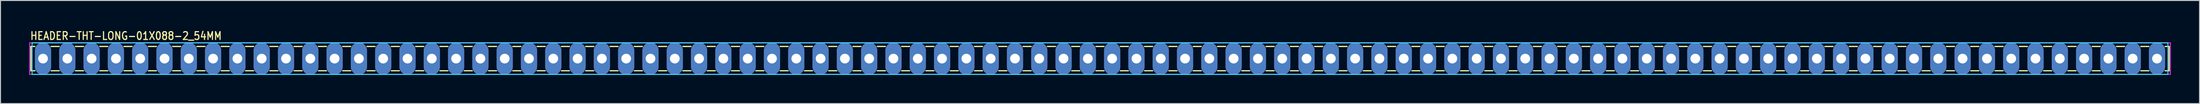
<source format=kicad_pcb>
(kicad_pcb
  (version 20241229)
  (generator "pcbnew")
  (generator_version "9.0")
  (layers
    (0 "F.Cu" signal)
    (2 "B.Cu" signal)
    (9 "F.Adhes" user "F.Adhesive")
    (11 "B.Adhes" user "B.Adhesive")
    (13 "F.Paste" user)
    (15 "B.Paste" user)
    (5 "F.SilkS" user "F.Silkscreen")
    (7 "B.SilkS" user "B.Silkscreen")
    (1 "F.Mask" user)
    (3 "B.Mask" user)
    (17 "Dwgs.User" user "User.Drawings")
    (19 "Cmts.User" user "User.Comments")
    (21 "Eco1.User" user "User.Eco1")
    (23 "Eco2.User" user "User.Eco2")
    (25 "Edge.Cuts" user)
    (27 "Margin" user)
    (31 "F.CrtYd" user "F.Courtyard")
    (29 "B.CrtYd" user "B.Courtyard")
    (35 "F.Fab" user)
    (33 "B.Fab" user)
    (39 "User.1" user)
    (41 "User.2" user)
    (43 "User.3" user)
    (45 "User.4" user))
  (footprint "HEADER-THT-LONG-01X088-2_54MM"
    (layer "F.Cu")
    (at 1.447 3.079)
    (property "Reference" "HEADER-THT-LONG-01X088-2_54MM" (at -1.4 -1.9 0) (unlocked yes) (layer "F.SilkS") (effects (font (size 0.813 0.695) (thickness 0.122)) (justify left bottom)))
    (fp_line (start -1.27 -1.27) (end -1.27 1.27) (stroke (width 0.127) (type solid)) (layer "F.SilkS"))
    (fp_line (start -1.27 1.27) (end -0.85 1.27) (stroke (width 0.127) (type solid)) (layer "F.SilkS"))
    (fp_line (start -0.85 -1.27) (end -1.27 -1.27) (stroke (width 0.127) (type solid)) (layer "F.SilkS"))
    (fp_line (start 0.85 -1.27) (end 1.69 -1.27) (stroke (width 0.127) (type solid)) (layer "F.SilkS"))
    (fp_line (start 0.85 1.27) (end 1.69 1.27) (stroke (width 0.127) (type solid)) (layer "F.SilkS"))
    (fp_line (start 3.39 -1.27) (end 4.23 -1.27) (stroke (width 0.127) (type solid)) (layer "F.SilkS"))
    (fp_line (start 3.39 1.27) (end 4.23 1.27) (stroke (width 0.127) (type solid)) (layer "F.SilkS"))
    (fp_line (start 5.93 -1.27) (end 6.77 -1.27) (stroke (width 0.127) (type solid)) (layer "F.SilkS"))
    (fp_line (start 5.93 1.27) (end 6.77 1.27) (stroke (width 0.127) (type solid)) (layer "F.SilkS"))
    (fp_line (start 8.47 -1.27) (end 9.31 -1.27) (stroke (width 0.127) (type solid)) (layer "F.SilkS"))
    (fp_line (start 8.47 1.27) (end 9.31 1.27) (stroke (width 0.127) (type solid)) (layer "F.SilkS"))
    (fp_line (start 11.01 -1.27) (end 11.85 -1.27) (stroke (width 0.127) (type solid)) (layer "F.SilkS"))
    (fp_line (start 11.01 1.27) (end 11.85 1.27) (stroke (width 0.127) (type solid)) (layer "F.SilkS"))
    (fp_line (start 13.55 -1.27) (end 14.39 -1.27) (stroke (width 0.127) (type solid)) (layer "F.SilkS"))
    (fp_line (start 13.55 1.27) (end 14.39 1.27) (stroke (width 0.127) (type solid)) (layer "F.SilkS"))
    (fp_line (start 16.09 -1.27) (end 16.93 -1.27) (stroke (width 0.127) (type solid)) (layer "F.SilkS"))
    (fp_line (start 16.09 1.27) (end 16.93 1.27) (stroke (width 0.127) (type solid)) (layer "F.SilkS"))
    (fp_line (start 18.63 -1.27) (end 19.47 -1.27) (stroke (width 0.127) (type solid)) (layer "F.SilkS"))
    (fp_line (start 18.63 1.27) (end 19.47 1.27) (stroke (width 0.127) (type solid)) (layer "F.SilkS"))
    (fp_line (start 21.17 -1.27) (end 22.01 -1.27) (stroke (width 0.127) (type solid)) (layer "F.SilkS"))
    (fp_line (start 21.17 1.27) (end 22.01 1.27) (stroke (width 0.127) (type solid)) (layer "F.SilkS"))
    (fp_line (start 23.71 -1.27) (end 24.55 -1.27) (stroke (width 0.127) (type solid)) (layer "F.SilkS"))
    (fp_line (start 23.71 1.27) (end 24.55 1.27) (stroke (width 0.127) (type solid)) (layer "F.SilkS"))
    (fp_line (start 26.25 -1.27) (end 27.09 -1.27) (stroke (width 0.127) (type solid)) (layer "F.SilkS"))
    (fp_line (start 26.25 1.27) (end 27.09 1.27) (stroke (width 0.127) (type solid)) (layer "F.SilkS"))
    (fp_line (start 28.79 -1.27) (end 29.63 -1.27) (stroke (width 0.127) (type solid)) (layer "F.SilkS"))
    (fp_line (start 28.79 1.27) (end 29.63 1.27) (stroke (width 0.127) (type solid)) (layer "F.SilkS"))
    (fp_line (start 31.33 -1.27) (end 32.17 -1.27) (stroke (width 0.127) (type solid)) (layer "F.SilkS"))
    (fp_line (start 31.33 1.27) (end 32.17 1.27) (stroke (width 0.127) (type solid)) (layer "F.SilkS"))
    (fp_line (start 33.87 -1.27) (end 34.71 -1.27) (stroke (width 0.127) (type solid)) (layer "F.SilkS"))
    (fp_line (start 33.87 1.27) (end 34.71 1.27) (stroke (width 0.127) (type solid)) (layer "F.SilkS"))
    (fp_line (start 36.41 -1.27) (end 37.25 -1.27) (stroke (width 0.127) (type solid)) (layer "F.SilkS"))
    (fp_line (start 36.41 1.27) (end 37.25 1.27) (stroke (width 0.127) (type solid)) (layer "F.SilkS"))
    (fp_line (start 38.95 -1.27) (end 39.79 -1.27) (stroke (width 0.127) (type solid)) (layer "F.SilkS"))
    (fp_line (start 38.95 1.27) (end 39.79 1.27) (stroke (width 0.127) (type solid)) (layer "F.SilkS"))
    (fp_line (start 41.49 -1.27) (end 42.33 -1.27) (stroke (width 0.127) (type solid)) (layer "F.SilkS"))
    (fp_line (start 41.49 1.27) (end 42.33 1.27) (stroke (width 0.127) (type solid)) (layer "F.SilkS"))
    (fp_line (start 44.03 -1.27) (end 44.87 -1.27) (stroke (width 0.127) (type solid)) (layer "F.SilkS"))
    (fp_line (start 44.03 1.27) (end 44.87 1.27) (stroke (width 0.127) (type solid)) (layer "F.SilkS"))
    (fp_line (start 46.57 -1.27) (end 47.41 -1.27) (stroke (width 0.127) (type solid)) (layer "F.SilkS"))
    (fp_line (start 46.57 1.27) (end 47.41 1.27) (stroke (width 0.127) (type solid)) (layer "F.SilkS"))
    (fp_line (start 49.11 -1.27) (end 49.95 -1.27) (stroke (width 0.127) (type solid)) (layer "F.SilkS"))
    (fp_line (start 49.11 1.27) (end 49.95 1.27) (stroke (width 0.127) (type solid)) (layer "F.SilkS"))
    (fp_line (start 51.65 -1.27) (end 52.49 -1.27) (stroke (width 0.127) (type solid)) (layer "F.SilkS"))
    (fp_line (start 51.65 1.27) (end 52.49 1.27) (stroke (width 0.127) (type solid)) (layer "F.SilkS"))
    (fp_line (start 54.19 -1.27) (end 55.03 -1.27) (stroke (width 0.127) (type solid)) (layer "F.SilkS"))
    (fp_line (start 54.19 1.27) (end 55.03 1.27) (stroke (width 0.127) (type solid)) (layer "F.SilkS"))
    (fp_line (start 56.73 -1.27) (end 57.57 -1.27) (stroke (width 0.127) (type solid)) (layer "F.SilkS"))
    (fp_line (start 56.73 1.27) (end 57.57 1.27) (stroke (width 0.127) (type solid)) (layer "F.SilkS"))
    (fp_line (start 59.27 -1.27) (end 60.11 -1.27) (stroke (width 0.127) (type solid)) (layer "F.SilkS"))
    (fp_line (start 59.27 1.27) (end 60.11 1.27) (stroke (width 0.127) (type solid)) (layer "F.SilkS"))
    (fp_line (start 61.81 -1.27) (end 62.65 -1.27) (stroke (width 0.127) (type solid)) (layer "F.SilkS"))
    (fp_line (start 61.81 1.27) (end 62.65 1.27) (stroke (width 0.127) (type solid)) (layer "F.SilkS"))
    (fp_line (start 64.35 -1.27) (end 65.19 -1.27) (stroke (width 0.127) (type solid)) (layer "F.SilkS"))
    (fp_line (start 64.35 1.27) (end 65.19 1.27) (stroke (width 0.127) (type solid)) (layer "F.SilkS"))
    (fp_line (start 66.89 -1.27) (end 67.73 -1.27) (stroke (width 0.127) (type solid)) (layer "F.SilkS"))
    (fp_line (start 66.89 1.27) (end 67.73 1.27) (stroke (width 0.127) (type solid)) (layer "F.SilkS"))
    (fp_line (start 69.43 -1.27) (end 70.27 -1.27) (stroke (width 0.127) (type solid)) (layer "F.SilkS"))
    (fp_line (start 69.43 1.27) (end 70.27 1.27) (stroke (width 0.127) (type solid)) (layer "F.SilkS"))
    (fp_line (start 71.97 -1.27) (end 72.81 -1.27) (stroke (width 0.127) (type solid)) (layer "F.SilkS"))
    (fp_line (start 71.97 1.27) (end 72.81 1.27) (stroke (width 0.127) (type solid)) (layer "F.SilkS"))
    (fp_line (start 74.51 -1.27) (end 75.35 -1.27) (stroke (width 0.127) (type solid)) (layer "F.SilkS"))
    (fp_line (start 74.51 1.27) (end 75.35 1.27) (stroke (width 0.127) (type solid)) (layer "F.SilkS"))
    (fp_line (start 77.05 -1.27) (end 77.89 -1.27) (stroke (width 0.127) (type solid)) (layer "F.SilkS"))
    (fp_line (start 77.05 1.27) (end 77.89 1.27) (stroke (width 0.127) (type solid)) (layer "F.SilkS"))
    (fp_line (start 79.59 -1.27) (end 80.43 -1.27) (stroke (width 0.127) (type solid)) (layer "F.SilkS"))
    (fp_line (start 79.59 1.27) (end 80.43 1.27) (stroke (width 0.127) (type solid)) (layer "F.SilkS"))
    (fp_line (start 82.13 -1.27) (end 82.97 -1.27) (stroke (width 0.127) (type solid)) (layer "F.SilkS"))
    (fp_line (start 82.13 1.27) (end 82.97 1.27) (stroke (width 0.127) (type solid)) (layer "F.SilkS"))
    (fp_line (start 84.67 -1.27) (end 85.51 -1.27) (stroke (width 0.127) (type solid)) (layer "F.SilkS"))
    (fp_line (start 84.67 1.27) (end 85.51 1.27) (stroke (width 0.127) (type solid)) (layer "F.SilkS"))
    (fp_line (start 87.21 -1.27) (end 88.05 -1.27) (stroke (width 0.127) (type solid)) (layer "F.SilkS"))
    (fp_line (start 87.21 1.27) (end 88.05 1.27) (stroke (width 0.127) (type solid)) (layer "F.SilkS"))
    (fp_line (start 89.75 -1.27) (end 90.59 -1.27) (stroke (width 0.127) (type solid)) (layer "F.SilkS"))
    (fp_line (start 89.75 1.27) (end 90.59 1.27) (stroke (width 0.127) (type solid)) (layer "F.SilkS"))
    (fp_line (start 92.29 -1.27) (end 93.13 -1.27) (stroke (width 0.127) (type solid)) (layer "F.SilkS"))
    (fp_line (start 92.29 1.27) (end 93.13 1.27) (stroke (width 0.127) (type solid)) (layer "F.SilkS"))
    (fp_line (start 94.83 -1.27) (end 95.67 -1.27) (stroke (width 0.127) (type solid)) (layer "F.SilkS"))
    (fp_line (start 94.83 1.27) (end 95.67 1.27) (stroke (width 0.127) (type solid)) (layer "F.SilkS"))
    (fp_line (start 97.37 -1.27) (end 98.21 -1.27) (stroke (width 0.127) (type solid)) (layer "F.SilkS"))
    (fp_line (start 97.37 1.27) (end 98.21 1.27) (stroke (width 0.127) (type solid)) (layer "F.SilkS"))
    (fp_line (start 99.91 -1.27) (end 100.75 -1.27) (stroke (width 0.127) (type solid)) (layer "F.SilkS"))
    (fp_line (start 99.91 1.27) (end 100.75 1.27) (stroke (width 0.127) (type solid)) (layer "F.SilkS"))
    (fp_line (start 102.45 -1.27) (end 103.29 -1.27) (stroke (width 0.127) (type solid)) (layer "F.SilkS"))
    (fp_line (start 102.45 1.27) (end 103.29 1.27) (stroke (width 0.127) (type solid)) (layer "F.SilkS"))
    (fp_line (start 104.99 -1.27) (end 105.83 -1.27) (stroke (width 0.127) (type solid)) (layer "F.SilkS"))
    (fp_line (start 104.99 1.27) (end 105.83 1.27) (stroke (width 0.127) (type solid)) (layer "F.SilkS"))
    (fp_line (start 107.53 -1.27) (end 108.37 -1.27) (stroke (width 0.127) (type solid)) (layer "F.SilkS"))
    (fp_line (start 107.53 1.27) (end 108.37 1.27) (stroke (width 0.127) (type solid)) (layer "F.SilkS"))
    (fp_line (start 110.07 -1.27) (end 110.91 -1.27) (stroke (width 0.127) (type solid)) (layer "F.SilkS"))
    (fp_line (start 110.07 1.27) (end 110.91 1.27) (stroke (width 0.127) (type solid)) (layer "F.SilkS"))
    (fp_line (start 112.61 -1.27) (end 113.45 -1.27) (stroke (width 0.127) (type solid)) (layer "F.SilkS"))
    (fp_line (start 112.61 1.27) (end 113.45 1.27) (stroke (width 0.127) (type solid)) (layer "F.SilkS"))
    (fp_line (start 115.15 -1.27) (end 115.99 -1.27) (stroke (width 0.127) (type solid)) (layer "F.SilkS"))
    (fp_line (start 115.15 1.27) (end 115.99 1.27) (stroke (width 0.127) (type solid)) (layer "F.SilkS"))
    (fp_line (start 117.69 -1.27) (end 118.53 -1.27) (stroke (width 0.127) (type solid)) (layer "F.SilkS"))
    (fp_line (start 117.69 1.27) (end 118.53 1.27) (stroke (width 0.127) (type solid)) (layer "F.SilkS"))
    (fp_line (start 120.23 -1.27) (end 121.07 -1.27) (stroke (width 0.127) (type solid)) (layer "F.SilkS"))
    (fp_line (start 120.23 1.27) (end 121.07 1.27) (stroke (width 0.127) (type solid)) (layer "F.SilkS"))
    (fp_line (start 122.77 -1.27) (end 123.61 -1.27) (stroke (width 0.127) (type solid)) (layer "F.SilkS"))
    (fp_line (start 122.77 1.27) (end 123.61 1.27) (stroke (width 0.127) (type solid)) (layer "F.SilkS"))
    (fp_line (start 125.31 -1.27) (end 126.15 -1.27) (stroke (width 0.127) (type solid)) (layer "F.SilkS"))
    (fp_line (start 125.31 1.27) (end 126.15 1.27) (stroke (width 0.127) (type solid)) (layer "F.SilkS"))
    (fp_line (start 127.85 -1.27) (end 128.69 -1.27) (stroke (width 0.127) (type solid)) (layer "F.SilkS"))
    (fp_line (start 127.85 1.27) (end 128.69 1.27) (stroke (width 0.127) (type solid)) (layer "F.SilkS"))
    (fp_line (start 130.39 -1.27) (end 131.23 -1.27) (stroke (width 0.127) (type solid)) (layer "F.SilkS"))
    (fp_line (start 130.39 1.27) (end 131.23 1.27) (stroke (width 0.127) (type solid)) (layer "F.SilkS"))
    (fp_line (start 132.93 -1.27) (end 133.77 -1.27) (stroke (width 0.127) (type solid)) (layer "F.SilkS"))
    (fp_line (start 132.93 1.27) (end 133.77 1.27) (stroke (width 0.127) (type solid)) (layer "F.SilkS"))
    (fp_line (start 135.47 -1.27) (end 136.31 -1.27) (stroke (width 0.127) (type solid)) (layer "F.SilkS"))
    (fp_line (start 135.47 1.27) (end 136.31 1.27) (stroke (width 0.127) (type solid)) (layer "F.SilkS"))
    (fp_line (start 138.01 -1.27) (end 138.85 -1.27) (stroke (width 0.127) (type solid)) (layer "F.SilkS"))
    (fp_line (start 138.01 1.27) (end 138.85 1.27) (stroke (width 0.127) (type solid)) (layer "F.SilkS"))
    (fp_line (start 140.55 -1.27) (end 141.39 -1.27) (stroke (width 0.127) (type solid)) (layer "F.SilkS"))
    (fp_line (start 140.55 1.27) (end 141.39 1.27) (stroke (width 0.127) (type solid)) (layer "F.SilkS"))
    (fp_line (start 143.09 -1.27) (end 143.93 -1.27) (stroke (width 0.127) (type solid)) (layer "F.SilkS"))
    (fp_line (start 143.09 1.27) (end 143.93 1.27) (stroke (width 0.127) (type solid)) (layer "F.SilkS"))
    (fp_line (start 145.63 -1.27) (end 146.47 -1.27) (stroke (width 0.127) (type solid)) (layer "F.SilkS"))
    (fp_line (start 145.63 1.27) (end 146.47 1.27) (stroke (width 0.127) (type solid)) (layer "F.SilkS"))
    (fp_line (start 148.17 -1.27) (end 149.01 -1.27) (stroke (width 0.127) (type solid)) (layer "F.SilkS"))
    (fp_line (start 148.17 1.27) (end 149.01 1.27) (stroke (width 0.127) (type solid)) (layer "F.SilkS"))
    (fp_line (start 150.71 -1.27) (end 151.55 -1.27) (stroke (width 0.127) (type solid)) (layer "F.SilkS"))
    (fp_line (start 150.71 1.27) (end 151.55 1.27) (stroke (width 0.127) (type solid)) (layer "F.SilkS"))
    (fp_line (start 153.25 -1.27) (end 154.09 -1.27) (stroke (width 0.127) (type solid)) (layer "F.SilkS"))
    (fp_line (start 153.25 1.27) (end 154.09 1.27) (stroke (width 0.127) (type solid)) (layer "F.SilkS"))
    (fp_line (start 155.79 -1.27) (end 156.63 -1.27) (stroke (width 0.127) (type solid)) (layer "F.SilkS"))
    (fp_line (start 155.79 1.27) (end 156.63 1.27) (stroke (width 0.127) (type solid)) (layer "F.SilkS"))
    (fp_line (start 158.33 -1.27) (end 159.17 -1.27) (stroke (width 0.127) (type solid)) (layer "F.SilkS"))
    (fp_line (start 158.33 1.27) (end 159.17 1.27) (stroke (width 0.127) (type solid)) (layer "F.SilkS"))
    (fp_line (start 160.87 -1.27) (end 161.71 -1.27) (stroke (width 0.127) (type solid)) (layer "F.SilkS"))
    (fp_line (start 160.87 1.27) (end 161.71 1.27) (stroke (width 0.127) (type solid)) (layer "F.SilkS"))
    (fp_line (start 163.41 -1.27) (end 164.25 -1.27) (stroke (width 0.127) (type solid)) (layer "F.SilkS"))
    (fp_line (start 163.41 1.27) (end 164.25 1.27) (stroke (width 0.127) (type solid)) (layer "F.SilkS"))
    (fp_line (start 165.95 -1.27) (end 166.79 -1.27) (stroke (width 0.127) (type solid)) (layer "F.SilkS"))
    (fp_line (start 165.95 1.27) (end 166.79 1.27) (stroke (width 0.127) (type solid)) (layer "F.SilkS"))
    (fp_line (start 168.49 -1.27) (end 169.33 -1.27) (stroke (width 0.127) (type solid)) (layer "F.SilkS"))
    (fp_line (start 168.49 1.27) (end 169.33 1.27) (stroke (width 0.127) (type solid)) (layer "F.SilkS"))
    (fp_line (start 171.03 -1.27) (end 171.87 -1.27) (stroke (width 0.127) (type solid)) (layer "F.SilkS"))
    (fp_line (start 171.03 1.27) (end 171.87 1.27) (stroke (width 0.127) (type solid)) (layer "F.SilkS"))
    (fp_line (start 173.57 -1.27) (end 174.41 -1.27) (stroke (width 0.127) (type solid)) (layer "F.SilkS"))
    (fp_line (start 173.57 1.27) (end 174.41 1.27) (stroke (width 0.127) (type solid)) (layer "F.SilkS"))
    (fp_line (start 176.11 -1.27) (end 176.95 -1.27) (stroke (width 0.127) (type solid)) (layer "F.SilkS"))
    (fp_line (start 176.11 1.27) (end 176.95 1.27) (stroke (width 0.127) (type solid)) (layer "F.SilkS"))
    (fp_line (start 178.65 -1.27) (end 179.49 -1.27) (stroke (width 0.127) (type solid)) (layer "F.SilkS"))
    (fp_line (start 178.65 1.27) (end 179.49 1.27) (stroke (width 0.127) (type solid)) (layer "F.SilkS"))
    (fp_line (start 181.19 -1.27) (end 182.03 -1.27) (stroke (width 0.127) (type solid)) (layer "F.SilkS"))
    (fp_line (start 181.19 1.27) (end 182.03 1.27) (stroke (width 0.127) (type solid)) (layer "F.SilkS"))
    (fp_line (start 183.73 -1.27) (end 184.57 -1.27) (stroke (width 0.127) (type solid)) (layer "F.SilkS"))
    (fp_line (start 183.73 1.27) (end 184.57 1.27) (stroke (width 0.127) (type solid)) (layer "F.SilkS"))
    (fp_line (start 186.27 -1.27) (end 187.11 -1.27) (stroke (width 0.127) (type solid)) (layer "F.SilkS"))
    (fp_line (start 186.27 1.27) (end 187.11 1.27) (stroke (width 0.127) (type solid)) (layer "F.SilkS"))
    (fp_line (start 188.81 -1.27) (end 189.65 -1.27) (stroke (width 0.127) (type solid)) (layer "F.SilkS"))
    (fp_line (start 188.81 1.27) (end 189.65 1.27) (stroke (width 0.127) (type solid)) (layer "F.SilkS"))
    (fp_line (start 191.35 -1.27) (end 192.19 -1.27) (stroke (width 0.127) (type solid)) (layer "F.SilkS"))
    (fp_line (start 191.35 1.27) (end 192.19 1.27) (stroke (width 0.127) (type solid)) (layer "F.SilkS"))
    (fp_line (start 193.89 -1.27) (end 194.73 -1.27) (stroke (width 0.127) (type solid)) (layer "F.SilkS"))
    (fp_line (start 193.89 1.27) (end 194.73 1.27) (stroke (width 0.127) (type solid)) (layer "F.SilkS"))
    (fp_line (start 196.43 -1.27) (end 197.27 -1.27) (stroke (width 0.127) (type solid)) (layer "F.SilkS"))
    (fp_line (start 196.43 1.27) (end 197.27 1.27) (stroke (width 0.127) (type solid)) (layer "F.SilkS"))
    (fp_line (start 198.97 -1.27) (end 199.81 -1.27) (stroke (width 0.127) (type solid)) (layer "F.SilkS"))
    (fp_line (start 198.97 1.27) (end 199.81 1.27) (stroke (width 0.127) (type solid)) (layer "F.SilkS"))
    (fp_line (start 201.51 -1.27) (end 202.35 -1.27) (stroke (width 0.127) (type solid)) (layer "F.SilkS"))
    (fp_line (start 201.51 1.27) (end 202.35 1.27) (stroke (width 0.127) (type solid)) (layer "F.SilkS"))
    (fp_line (start 204.05 -1.27) (end 204.89 -1.27) (stroke (width 0.127) (type solid)) (layer "F.SilkS"))
    (fp_line (start 204.05 1.27) (end 204.89 1.27) (stroke (width 0.127) (type solid)) (layer "F.SilkS"))
    (fp_line (start 206.59 -1.27) (end 207.43 -1.27) (stroke (width 0.127) (type solid)) (layer "F.SilkS"))
    (fp_line (start 206.59 1.27) (end 207.43 1.27) (stroke (width 0.127) (type solid)) (layer "F.SilkS"))
    (fp_line (start 209.13 -1.27) (end 209.97 -1.27) (stroke (width 0.127) (type solid)) (layer "F.SilkS"))
    (fp_line (start 209.13 1.27) (end 209.97 1.27) (stroke (width 0.127) (type solid)) (layer "F.SilkS"))
    (fp_line (start 211.67 -1.27) (end 212.51 -1.27) (stroke (width 0.127) (type solid)) (layer "F.SilkS"))
    (fp_line (start 211.67 1.27) (end 212.51 1.27) (stroke (width 0.127) (type solid)) (layer "F.SilkS"))
    (fp_line (start 214.21 -1.27) (end 215.05 -1.27) (stroke (width 0.127) (type solid)) (layer "F.SilkS"))
    (fp_line (start 214.21 1.27) (end 215.05 1.27) (stroke (width 0.127) (type solid)) (layer "F.SilkS"))
    (fp_line (start 216.75 -1.27) (end 217.59 -1.27) (stroke (width 0.127) (type solid)) (layer "F.SilkS"))
    (fp_line (start 216.75 1.27) (end 217.59 1.27) (stroke (width 0.127) (type solid)) (layer "F.SilkS"))
    (fp_line (start 219.29 -1.27) (end 220.13 -1.27) (stroke (width 0.127) (type solid)) (layer "F.SilkS"))
    (fp_line (start 219.29 1.27) (end 220.13 1.27) (stroke (width 0.127) (type solid)) (layer "F.SilkS"))
    (fp_line (start 221.83 -1.27) (end 222.25 -1.27) (stroke (width 0.127) (type solid)) (layer "F.SilkS"))
    (fp_line (start 222.25 -1.27) (end 222.25 1.27) (stroke (width 0.127) (type solid)) (layer "F.SilkS"))
    (fp_line (start 222.25 1.27) (end 221.83 1.27) (stroke (width 0.127) (type solid)) (layer "F.SilkS"))
    (fp_poly (pts (xy -1.143 -1.651) (xy 222.123 -1.651) (xy 222.123 1.651) (xy -1.143 1.651)) (stroke (width 0.1) (type solid)) (fill no) (layer "B.CrtYd"))
    (fp_poly (pts (xy -1.397 -1.651) (xy 222.377 -1.651) (xy 222.377 1.651) (xy -1.397 1.651)) (stroke (width 0.1) (type solid)) (fill no) (layer "F.CrtYd"))
    (pad "1" thru_hole oval (at 0 0 90) (size 3.387 1.693) (drill 1.016) (layers "*.Cu" "*.Mask"))
    (pad "2" thru_hole oval (at 2.54 0 90) (size 3.387 1.693) (drill 1.016) (layers "*.Cu" "*.Mask"))
    (pad "3" thru_hole oval (at 5.08 0 90) (size 3.387 1.693) (drill 1.016) (layers "*.Cu" "*.Mask"))
    (pad "4" thru_hole oval (at 7.62 0 90) (size 3.387 1.693) (drill 1.016) (layers "*.Cu" "*.Mask"))
    (pad "5" thru_hole oval (at 10.16 0 90) (size 3.387 1.693) (drill 1.016) (layers "*.Cu" "*.Mask"))
    (pad "6" thru_hole oval (at 12.7 0 90) (size 3.387 1.693) (drill 1.016) (layers "*.Cu" "*.Mask"))
    (pad "7" thru_hole oval (at 15.24 0 90) (size 3.387 1.693) (drill 1.016) (layers "*.Cu" "*.Mask"))
    (pad "8" thru_hole oval (at 17.78 0 90) (size 3.387 1.693) (drill 1.016) (layers "*.Cu" "*.Mask"))
    (pad "9" thru_hole oval (at 20.32 0 90) (size 3.387 1.693) (drill 1.016) (layers "*.Cu" "*.Mask"))
    (pad "10" thru_hole oval (at 22.86 0 90) (size 3.387 1.693) (drill 1.016) (layers "*.Cu" "*.Mask"))
    (pad "11" thru_hole oval (at 25.4 0 90) (size 3.387 1.693) (drill 1.016) (layers "*.Cu" "*.Mask"))
    (pad "12" thru_hole oval (at 27.94 0 90) (size 3.387 1.693) (drill 1.016) (layers "*.Cu" "*.Mask"))
    (pad "13" thru_hole oval (at 30.48 0 90) (size 3.387 1.693) (drill 1.016) (layers "*.Cu" "*.Mask"))
    (pad "14" thru_hole oval (at 33.02 0 90) (size 3.387 1.693) (drill 1.016) (layers "*.Cu" "*.Mask"))
    (pad "15" thru_hole oval (at 35.56 0 90) (size 3.387 1.693) (drill 1.016) (layers "*.Cu" "*.Mask"))
    (pad "16" thru_hole oval (at 38.1 0 90) (size 3.387 1.693) (drill 1.016) (layers "*.Cu" "*.Mask"))
    (pad "17" thru_hole oval (at 40.64 0 90) (size 3.387 1.693) (drill 1.016) (layers "*.Cu" "*.Mask"))
    (pad "18" thru_hole oval (at 43.18 0 90) (size 3.387 1.693) (drill 1.016) (layers "*.Cu" "*.Mask"))
    (pad "19" thru_hole oval (at 45.72 0 90) (size 3.387 1.693) (drill 1.016) (layers "*.Cu" "*.Mask"))
    (pad "20" thru_hole oval (at 48.26 0 90) (size 3.387 1.693) (drill 1.016) (layers "*.Cu" "*.Mask"))
    (pad "21" thru_hole oval (at 50.8 0 90) (size 3.387 1.693) (drill 1.016) (layers "*.Cu" "*.Mask"))
    (pad "22" thru_hole oval (at 53.34 0 90) (size 3.387 1.693) (drill 1.016) (layers "*.Cu" "*.Mask"))
    (pad "23" thru_hole oval (at 55.88 0 90) (size 3.387 1.693) (drill 1.016) (layers "*.Cu" "*.Mask"))
    (pad "24" thru_hole oval (at 58.42 0 90) (size 3.387 1.693) (drill 1.016) (layers "*.Cu" "*.Mask"))
    (pad "25" thru_hole oval (at 60.96 0 90) (size 3.387 1.693) (drill 1.016) (layers "*.Cu" "*.Mask"))
    (pad "26" thru_hole oval (at 63.5 0 90) (size 3.387 1.693) (drill 1.016) (layers "*.Cu" "*.Mask"))
    (pad "27" thru_hole oval (at 66.04 0 90) (size 3.387 1.693) (drill 1.016) (layers "*.Cu" "*.Mask"))
    (pad "28" thru_hole oval (at 68.58 0 90) (size 3.387 1.693) (drill 1.016) (layers "*.Cu" "*.Mask"))
    (pad "29" thru_hole oval (at 71.12 0 90) (size 3.387 1.693) (drill 1.016) (layers "*.Cu" "*.Mask"))
    (pad "30" thru_hole oval (at 73.66 0 90) (size 3.387 1.693) (drill 1.016) (layers "*.Cu" "*.Mask"))
    (pad "31" thru_hole oval (at 76.2 0 90) (size 3.387 1.693) (drill 1.016) (layers "*.Cu" "*.Mask"))
    (pad "32" thru_hole oval (at 78.74 0 90) (size 3.387 1.693) (drill 1.016) (layers "*.Cu" "*.Mask"))
    (pad "33" thru_hole oval (at 81.28 0 90) (size 3.387 1.693) (drill 1.016) (layers "*.Cu" "*.Mask"))
    (pad "34" thru_hole oval (at 83.82 0 90) (size 3.387 1.693) (drill 1.016) (layers "*.Cu" "*.Mask"))
    (pad "35" thru_hole oval (at 86.36 0 90) (size 3.387 1.693) (drill 1.016) (layers "*.Cu" "*.Mask"))
    (pad "36" thru_hole oval (at 88.9 0 90) (size 3.387 1.693) (drill 1.016) (layers "*.Cu" "*.Mask"))
    (pad "37" thru_hole oval (at 91.44 0 90) (size 3.387 1.693) (drill 1.016) (layers "*.Cu" "*.Mask"))
    (pad "38" thru_hole oval (at 93.98 0 90) (size 3.387 1.693) (drill 1.016) (layers "*.Cu" "*.Mask"))
    (pad "39" thru_hole oval (at 96.52 0 90) (size 3.387 1.693) (drill 1.016) (layers "*.Cu" "*.Mask"))
    (pad "40" thru_hole oval (at 99.06 0 90) (size 3.387 1.693) (drill 1.016) (layers "*.Cu" "*.Mask"))
    (pad "41" thru_hole oval (at 101.6 0 90) (size 3.387 1.693) (drill 1.016) (layers "*.Cu" "*.Mask"))
    (pad "42" thru_hole oval (at 104.14 0 90) (size 3.387 1.693) (drill 1.016) (layers "*.Cu" "*.Mask"))
    (pad "43" thru_hole oval (at 106.68 0 90) (size 3.387 1.693) (drill 1.016) (layers "*.Cu" "*.Mask"))
    (pad "44" thru_hole oval (at 109.22 0 90) (size 3.387 1.693) (drill 1.016) (layers "*.Cu" "*.Mask"))
    (pad "45" thru_hole oval (at 111.76 0 90) (size 3.387 1.693) (drill 1.016) (layers "*.Cu" "*.Mask"))
    (pad "46" thru_hole oval (at 114.3 0 90) (size 3.387 1.693) (drill 1.016) (layers "*.Cu" "*.Mask"))
    (pad "47" thru_hole oval (at 116.84 0 90) (size 3.387 1.693) (drill 1.016) (layers "*.Cu" "*.Mask"))
    (pad "48" thru_hole oval (at 119.38 0 90) (size 3.387 1.693) (drill 1.016) (layers "*.Cu" "*.Mask"))
    (pad "49" thru_hole oval (at 121.92 0 90) (size 3.387 1.693) (drill 1.016) (layers "*.Cu" "*.Mask"))
    (pad "50" thru_hole oval (at 124.46 0 90) (size 3.387 1.693) (drill 1.016) (layers "*.Cu" "*.Mask"))
    (pad "51" thru_hole oval (at 127 0 90) (size 3.387 1.693) (drill 1.016) (layers "*.Cu" "*.Mask"))
    (pad "52" thru_hole oval (at 129.54 0 90) (size 3.387 1.693) (drill 1.016) (layers "*.Cu" "*.Mask"))
    (pad "53" thru_hole oval (at 132.08 0 90) (size 3.387 1.693) (drill 1.016) (layers "*.Cu" "*.Mask"))
    (pad "54" thru_hole oval (at 134.62 0 90) (size 3.387 1.693) (drill 1.016) (layers "*.Cu" "*.Mask"))
    (pad "55" thru_hole oval (at 137.16 0 90) (size 3.387 1.693) (drill 1.016) (layers "*.Cu" "*.Mask"))
    (pad "56" thru_hole oval (at 139.7 0 90) (size 3.387 1.693) (drill 1.016) (layers "*.Cu" "*.Mask"))
    (pad "57" thru_hole oval (at 142.24 0 90) (size 3.387 1.693) (drill 1.016) (layers "*.Cu" "*.Mask"))
    (pad "58" thru_hole oval (at 144.78 0 90) (size 3.387 1.693) (drill 1.016) (layers "*.Cu" "*.Mask"))
    (pad "59" thru_hole oval (at 147.32 0 90) (size 3.387 1.693) (drill 1.016) (layers "*.Cu" "*.Mask"))
    (pad "60" thru_hole oval (at 149.86 0 90) (size 3.387 1.693) (drill 1.016) (layers "*.Cu" "*.Mask"))
    (pad "61" thru_hole oval (at 152.4 0 90) (size 3.387 1.693) (drill 1.016) (layers "*.Cu" "*.Mask"))
    (pad "62" thru_hole oval (at 154.94 0 90) (size 3.387 1.693) (drill 1.016) (layers "*.Cu" "*.Mask"))
    (pad "63" thru_hole oval (at 157.48 0 90) (size 3.387 1.693) (drill 1.016) (layers "*.Cu" "*.Mask"))
    (pad "64" thru_hole oval (at 160.02 0 90) (size 3.387 1.693) (drill 1.016) (layers "*.Cu" "*.Mask"))
    (pad "65" thru_hole oval (at 162.56 0 90) (size 3.387 1.693) (drill 1.016) (layers "*.Cu" "*.Mask"))
    (pad "66" thru_hole oval (at 165.1 0 90) (size 3.387 1.693) (drill 1.016) (layers "*.Cu" "*.Mask"))
    (pad "67" thru_hole oval (at 167.64 0 90) (size 3.387 1.693) (drill 1.016) (layers "*.Cu" "*.Mask"))
    (pad "68" thru_hole oval (at 170.18 0 90) (size 3.387 1.693) (drill 1.016) (layers "*.Cu" "*.Mask"))
    (pad "69" thru_hole oval (at 172.72 0 90) (size 3.387 1.693) (drill 1.016) (layers "*.Cu" "*.Mask"))
    (pad "70" thru_hole oval (at 175.26 0 90) (size 3.387 1.693) (drill 1.016) (layers "*.Cu" "*.Mask"))
    (pad "71" thru_hole oval (at 177.8 0 90) (size 3.387 1.693) (drill 1.016) (layers "*.Cu" "*.Mask"))
    (pad "72" thru_hole oval (at 180.34 0 90) (size 3.387 1.693) (drill 1.016) (layers "*.Cu" "*.Mask"))
    (pad "73" thru_hole oval (at 182.88 0 90) (size 3.387 1.693) (drill 1.016) (layers "*.Cu" "*.Mask"))
    (pad "74" thru_hole oval (at 185.42 0 90) (size 3.387 1.693) (drill 1.016) (layers "*.Cu" "*.Mask"))
    (pad "75" thru_hole oval (at 187.96 0 90) (size 3.387 1.693) (drill 1.016) (layers "*.Cu" "*.Mask"))
    (pad "76" thru_hole oval (at 190.5 0 90) (size 3.387 1.693) (drill 1.016) (layers "*.Cu" "*.Mask"))
    (pad "77" thru_hole oval (at 193.04 0 90) (size 3.387 1.693) (drill 1.016) (layers "*.Cu" "*.Mask"))
    (pad "78" thru_hole oval (at 195.58 0 90) (size 3.387 1.693) (drill 1.016) (layers "*.Cu" "*.Mask"))
    (pad "79" thru_hole oval (at 198.12 0 90) (size 3.387 1.693) (drill 1.016) (layers "*.Cu" "*.Mask"))
    (pad "80" thru_hole oval (at 200.66 0 90) (size 3.387 1.693) (drill 1.016) (layers "*.Cu" "*.Mask"))
    (pad "81" thru_hole oval (at 203.2 0 90) (size 3.387 1.693) (drill 1.016) (layers "*.Cu" "*.Mask"))
    (pad "82" thru_hole oval (at 205.74 0 90) (size 3.387 1.693) (drill 1.016) (layers "*.Cu" "*.Mask"))
    (pad "83" thru_hole oval (at 208.28 0 90) (size 3.387 1.693) (drill 1.016) (layers "*.Cu" "*.Mask"))
    (pad "84" thru_hole oval (at 210.82 0 90) (size 3.387 1.693) (drill 1.016) (layers "*.Cu" "*.Mask"))
    (pad "85" thru_hole oval (at 213.36 0 90) (size 3.387 1.693) (drill 1.016) (layers "*.Cu" "*.Mask"))
    (pad "86" thru_hole oval (at 215.9 0 90) (size 3.387 1.693) (drill 1.016) (layers "*.Cu" "*.Mask"))
    (pad "87" thru_hole oval (at 218.44 0 90) (size 3.387 1.693) (drill 1.016) (layers "*.Cu" "*.Mask"))
    (pad "88" thru_hole oval (at 220.98 0 90) (size 3.387 1.693) (drill 1.016) (layers "*.Cu" "*.Mask")))
  (gr_rect
    (start -3 -3)
    (end 226.874 7.78)
    (stroke (width 0.1) (type default))
    (fill no)
    (layer "Edge.Cuts")))
</source>
